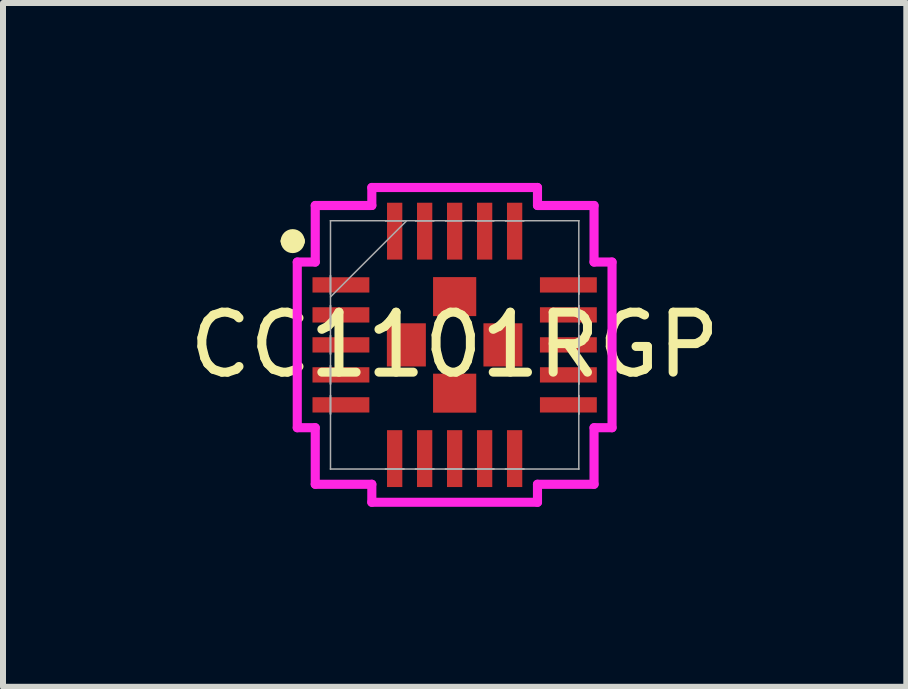
<source format=kicad_pcb>
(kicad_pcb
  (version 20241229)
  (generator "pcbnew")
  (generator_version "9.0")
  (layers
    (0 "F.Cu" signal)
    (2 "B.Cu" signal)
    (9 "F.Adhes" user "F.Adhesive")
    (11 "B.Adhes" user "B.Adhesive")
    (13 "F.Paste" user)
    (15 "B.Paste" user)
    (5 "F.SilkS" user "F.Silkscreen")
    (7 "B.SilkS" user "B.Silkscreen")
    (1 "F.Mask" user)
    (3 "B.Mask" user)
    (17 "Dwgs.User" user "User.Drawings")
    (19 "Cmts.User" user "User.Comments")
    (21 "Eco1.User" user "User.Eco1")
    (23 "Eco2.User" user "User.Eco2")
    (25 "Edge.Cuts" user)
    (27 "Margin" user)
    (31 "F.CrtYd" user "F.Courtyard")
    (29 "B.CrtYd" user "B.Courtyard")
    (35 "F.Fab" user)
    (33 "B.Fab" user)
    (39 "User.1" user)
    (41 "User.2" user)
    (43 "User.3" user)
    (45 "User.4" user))
  (footprint "CC1101RGP"
    (layer "F.Cu")
    (at 4.53 2.7)
    (property "Reference" "CC1101RGP" (at 0 0 0) (unlocked yes) (layer "F.SilkS") (effects (font (size 1 1) (thickness 0.15))))
    (attr smd)
    (fp_line (start -2.8 -1.73) (end -2.8 -1.73) (stroke (width 0.2) (type solid)) (layer "F.SilkS"))
    (fp_line (start -2.6 -1.73) (end -2.6 -1.73) (stroke (width 0.2) (type solid)) (layer "F.SilkS"))
    (fp_arc (start -2.8 -1.73) (mid -2.7 -1.83) (end -2.6 -1.73) (stroke (width 0.2) (type solid)) (layer "F.SilkS"))
    (fp_arc (start -2.6 -1.73) (mid -2.7 -1.63) (end -2.8 -1.73) (stroke (width 0.2) (type solid)) (layer "F.SilkS"))
    (fp_line (start -2.624 -1.381) (end -2.324 -1.381) (stroke (width 0.152) (type solid)) (layer "F.CrtYd"))
    (fp_line (start -2.624 1.381) (end -2.624 -1.381) (stroke (width 0.152) (type solid)) (layer "F.CrtYd"))
    (fp_line (start -2.324 -2.324) (end -1.381 -2.324) (stroke (width 0.152) (type solid)) (layer "F.CrtYd"))
    (fp_line (start -2.324 -1.381) (end -2.324 -2.324) (stroke (width 0.152) (type solid)) (layer "F.CrtYd"))
    (fp_line (start -2.324 1.381) (end -2.624 1.381) (stroke (width 0.152) (type solid)) (layer "F.CrtYd"))
    (fp_line (start -2.324 2.324) (end -2.324 1.381) (stroke (width 0.152) (type solid)) (layer "F.CrtYd"))
    (fp_line (start -1.381 -2.624) (end 1.381 -2.624) (stroke (width 0.152) (type solid)) (layer "F.CrtYd"))
    (fp_line (start -1.381 -2.324) (end -1.381 -2.624) (stroke (width 0.152) (type solid)) (layer "F.CrtYd"))
    (fp_line (start -1.381 2.324) (end -2.324 2.324) (stroke (width 0.152) (type solid)) (layer "F.CrtYd"))
    (fp_line (start -1.381 2.624) (end -1.381 2.324) (stroke (width 0.152) (type solid)) (layer "F.CrtYd"))
    (fp_line (start 1.381 -2.624) (end 1.381 -2.324) (stroke (width 0.152) (type solid)) (layer "F.CrtYd"))
    (fp_line (start 1.381 -2.324) (end 2.324 -2.324) (stroke (width 0.152) (type solid)) (layer "F.CrtYd"))
    (fp_line (start 1.381 2.324) (end 1.381 2.624) (stroke (width 0.152) (type solid)) (layer "F.CrtYd"))
    (fp_line (start 1.381 2.624) (end -1.381 2.624) (stroke (width 0.152) (type solid)) (layer "F.CrtYd"))
    (fp_line (start 2.324 -2.324) (end 2.324 -1.381) (stroke (width 0.152) (type solid)) (layer "F.CrtYd"))
    (fp_line (start 2.324 -1.381) (end 2.624 -1.381) (stroke (width 0.152) (type solid)) (layer "F.CrtYd"))
    (fp_line (start 2.324 1.381) (end 2.324 2.324) (stroke (width 0.152) (type solid)) (layer "F.CrtYd"))
    (fp_line (start 2.324 2.324) (end 1.381 2.324) (stroke (width 0.152) (type solid)) (layer "F.CrtYd"))
    (fp_line (start 2.624 -1.381) (end 2.624 1.381) (stroke (width 0.152) (type solid)) (layer "F.CrtYd"))
    (fp_line (start 2.624 1.381) (end 2.324 1.381) (stroke (width 0.152) (type solid)) (layer "F.CrtYd"))
    (fp_line (start -2.07 -2.07) (end -2.07 -2.07) (stroke (width 0.025) (type solid)) (layer "F.Fab"))
    (fp_line (start -2.07 -2.07) (end -2.07 2.07) (stroke (width 0.025) (type solid)) (layer "F.Fab"))
    (fp_line (start -2.07 -1.152) (end -2.07 -1.152) (stroke (width 0.025) (type solid)) (layer "F.Fab"))
    (fp_line (start -2.07 -1.152) (end -2.07 -0.848) (stroke (width 0.025) (type solid)) (layer "F.Fab"))
    (fp_line (start -2.07 -0.848) (end -2.07 -1.152) (stroke (width 0.025) (type solid)) (layer "F.Fab"))
    (fp_line (start -2.07 -0.848) (end -2.07 -0.848) (stroke (width 0.025) (type solid)) (layer "F.Fab"))
    (fp_line (start -2.07 -0.8) (end -0.8 -2.07) (stroke (width 0.025) (type solid)) (layer "F.Fab"))
    (fp_line (start -2.07 -0.652) (end -2.07 -0.652) (stroke (width 0.025) (type solid)) (layer "F.Fab"))
    (fp_line (start -2.07 -0.652) (end -2.07 -0.348) (stroke (width 0.025) (type solid)) (layer "F.Fab"))
    (fp_line (start -2.07 -0.348) (end -2.07 -0.652) (stroke (width 0.025) (type solid)) (layer "F.Fab"))
    (fp_line (start -2.07 -0.348) (end -2.07 -0.348) (stroke (width 0.025) (type solid)) (layer "F.Fab"))
    (fp_line (start -2.07 -0.152) (end -2.07 -0.152) (stroke (width 0.025) (type solid)) (layer "F.Fab"))
    (fp_line (start -2.07 -0.152) (end -2.07 0.152) (stroke (width 0.025) (type solid)) (layer "F.Fab"))
    (fp_line (start -2.07 0.152) (end -2.07 -0.152) (stroke (width 0.025) (type solid)) (layer "F.Fab"))
    (fp_line (start -2.07 0.152) (end -2.07 0.152) (stroke (width 0.025) (type solid)) (layer "F.Fab"))
    (fp_line (start -2.07 0.348) (end -2.07 0.348) (stroke (width 0.025) (type solid)) (layer "F.Fab"))
    (fp_line (start -2.07 0.348) (end -2.07 0.652) (stroke (width 0.025) (type solid)) (layer "F.Fab"))
    (fp_line (start -2.07 0.652) (end -2.07 0.348) (stroke (width 0.025) (type solid)) (layer "F.Fab"))
    (fp_line (start -2.07 0.652) (end -2.07 0.652) (stroke (width 0.025) (type solid)) (layer "F.Fab"))
    (fp_line (start -2.07 0.848) (end -2.07 0.848) (stroke (width 0.025) (type solid)) (layer "F.Fab"))
    (fp_line (start -2.07 0.848) (end -2.07 1.152) (stroke (width 0.025) (type solid)) (layer "F.Fab"))
    (fp_line (start -2.07 1.152) (end -2.07 0.848) (stroke (width 0.025) (type solid)) (layer "F.Fab"))
    (fp_line (start -2.07 1.152) (end -2.07 1.152) (stroke (width 0.025) (type solid)) (layer "F.Fab"))
    (fp_line (start -2.07 2.07) (end -2.07 2.07) (stroke (width 0.025) (type solid)) (layer "F.Fab"))
    (fp_line (start -2.07 2.07) (end 2.07 2.07) (stroke (width 0.025) (type solid)) (layer "F.Fab"))
    (fp_line (start -1.152 -2.07) (end -1.152 -2.07) (stroke (width 0.025) (type solid)) (layer "F.Fab"))
    (fp_line (start -1.152 -2.07) (end -0.848 -2.07) (stroke (width 0.025) (type solid)) (layer "F.Fab"))
    (fp_line (start -1.152 2.07) (end -1.152 2.07) (stroke (width 0.025) (type solid)) (layer "F.Fab"))
    (fp_line (start -1.152 2.07) (end -0.848 2.07) (stroke (width 0.025) (type solid)) (layer "F.Fab"))
    (fp_line (start -0.848 -2.07) (end -1.152 -2.07) (stroke (width 0.025) (type solid)) (layer "F.Fab"))
    (fp_line (start -0.848 -2.07) (end -0.848 -2.07) (stroke (width 0.025) (type solid)) (layer "F.Fab"))
    (fp_line (start -0.848 2.07) (end -1.152 2.07) (stroke (width 0.025) (type solid)) (layer "F.Fab"))
    (fp_line (start -0.848 2.07) (end -0.848 2.07) (stroke (width 0.025) (type solid)) (layer "F.Fab"))
    (fp_line (start -0.652 -2.07) (end -0.652 -2.07) (stroke (width 0.025) (type solid)) (layer "F.Fab"))
    (fp_line (start -0.652 -2.07) (end -0.348 -2.07) (stroke (width 0.025) (type solid)) (layer "F.Fab"))
    (fp_line (start -0.652 2.07) (end -0.652 2.07) (stroke (width 0.025) (type solid)) (layer "F.Fab"))
    (fp_line (start -0.652 2.07) (end -0.348 2.07) (stroke (width 0.025) (type solid)) (layer "F.Fab"))
    (fp_line (start -0.348 -2.07) (end -0.652 -2.07) (stroke (width 0.025) (type solid)) (layer "F.Fab"))
    (fp_line (start -0.348 -2.07) (end -0.348 -2.07) (stroke (width 0.025) (type solid)) (layer "F.Fab"))
    (fp_line (start -0.348 2.07) (end -0.652 2.07) (stroke (width 0.025) (type solid)) (layer "F.Fab"))
    (fp_line (start -0.348 2.07) (end -0.348 2.07) (stroke (width 0.025) (type solid)) (layer "F.Fab"))
    (fp_line (start -0.152 -2.07) (end -0.152 -2.07) (stroke (width 0.025) (type solid)) (layer "F.Fab"))
    (fp_line (start -0.152 -2.07) (end 0.152 -2.07) (stroke (width 0.025) (type solid)) (layer "F.Fab"))
    (fp_line (start -0.152 2.07) (end -0.152 2.07) (stroke (width 0.025) (type solid)) (layer "F.Fab"))
    (fp_line (start -0.152 2.07) (end 0.152 2.07) (stroke (width 0.025) (type solid)) (layer "F.Fab"))
    (fp_line (start 0.152 -2.07) (end -0.152 -2.07) (stroke (width 0.025) (type solid)) (layer "F.Fab"))
    (fp_line (start 0.152 -2.07) (end 0.152 -2.07) (stroke (width 0.025) (type solid)) (layer "F.Fab"))
    (fp_line (start 0.152 2.07) (end -0.152 2.07) (stroke (width 0.025) (type solid)) (layer "F.Fab"))
    (fp_line (start 0.152 2.07) (end 0.152 2.07) (stroke (width 0.025) (type solid)) (layer "F.Fab"))
    (fp_line (start 0.348 -2.07) (end 0.348 -2.07) (stroke (width 0.025) (type solid)) (layer "F.Fab"))
    (fp_line (start 0.348 -2.07) (end 0.652 -2.07) (stroke (width 0.025) (type solid)) (layer "F.Fab"))
    (fp_line (start 0.348 2.07) (end 0.348 2.07) (stroke (width 0.025) (type solid)) (layer "F.Fab"))
    (fp_line (start 0.348 2.07) (end 0.652 2.07) (stroke (width 0.025) (type solid)) (layer "F.Fab"))
    (fp_line (start 0.652 -2.07) (end 0.348 -2.07) (stroke (width 0.025) (type solid)) (layer "F.Fab"))
    (fp_line (start 0.652 -2.07) (end 0.652 -2.07) (stroke (width 0.025) (type solid)) (layer "F.Fab"))
    (fp_line (start 0.652 2.07) (end 0.348 2.07) (stroke (width 0.025) (type solid)) (layer "F.Fab"))
    (fp_line (start 0.652 2.07) (end 0.652 2.07) (stroke (width 0.025) (type solid)) (layer "F.Fab"))
    (fp_line (start 0.848 -2.07) (end 0.848 -2.07) (stroke (width 0.025) (type solid)) (layer "F.Fab"))
    (fp_line (start 0.848 -2.07) (end 1.152 -2.07) (stroke (width 0.025) (type solid)) (layer "F.Fab"))
    (fp_line (start 0.848 2.07) (end 0.848 2.07) (stroke (width 0.025) (type solid)) (layer "F.Fab"))
    (fp_line (start 0.848 2.07) (end 1.152 2.07) (stroke (width 0.025) (type solid)) (layer "F.Fab"))
    (fp_line (start 1.152 -2.07) (end 0.848 -2.07) (stroke (width 0.025) (type solid)) (layer "F.Fab"))
    (fp_line (start 1.152 -2.07) (end 1.152 -2.07) (stroke (width 0.025) (type solid)) (layer "F.Fab"))
    (fp_line (start 1.152 2.07) (end 0.848 2.07) (stroke (width 0.025) (type solid)) (layer "F.Fab"))
    (fp_line (start 1.152 2.07) (end 1.152 2.07) (stroke (width 0.025) (type solid)) (layer "F.Fab"))
    (fp_line (start 2.07 -2.07) (end -2.07 -2.07) (stroke (width 0.025) (type solid)) (layer "F.Fab"))
    (fp_line (start 2.07 -2.07) (end 2.07 -2.07) (stroke (width 0.025) (type solid)) (layer "F.Fab"))
    (fp_line (start 2.07 -1.152) (end 2.07 -1.152) (stroke (width 0.025) (type solid)) (layer "F.Fab"))
    (fp_line (start 2.07 -1.152) (end 2.07 -0.848) (stroke (width 0.025) (type solid)) (layer "F.Fab"))
    (fp_line (start 2.07 -0.848) (end 2.07 -1.152) (stroke (width 0.025) (type solid)) (layer "F.Fab"))
    (fp_line (start 2.07 -0.848) (end 2.07 -0.848) (stroke (width 0.025) (type solid)) (layer "F.Fab"))
    (fp_line (start 2.07 -0.652) (end 2.07 -0.652) (stroke (width 0.025) (type solid)) (layer "F.Fab"))
    (fp_line (start 2.07 -0.652) (end 2.07 -0.348) (stroke (width 0.025) (type solid)) (layer "F.Fab"))
    (fp_line (start 2.07 -0.348) (end 2.07 -0.652) (stroke (width 0.025) (type solid)) (layer "F.Fab"))
    (fp_line (start 2.07 -0.348) (end 2.07 -0.348) (stroke (width 0.025) (type solid)) (layer "F.Fab"))
    (fp_line (start 2.07 -0.152) (end 2.07 -0.152) (stroke (width 0.025) (type solid)) (layer "F.Fab"))
    (fp_line (start 2.07 -0.152) (end 2.07 0.152) (stroke (width 0.025) (type solid)) (layer "F.Fab"))
    (fp_line (start 2.07 0.152) (end 2.07 -0.152) (stroke (width 0.025) (type solid)) (layer "F.Fab"))
    (fp_line (start 2.07 0.152) (end 2.07 0.152) (stroke (width 0.025) (type solid)) (layer "F.Fab"))
    (fp_line (start 2.07 0.348) (end 2.07 0.348) (stroke (width 0.025) (type solid)) (layer "F.Fab"))
    (fp_line (start 2.07 0.348) (end 2.07 0.652) (stroke (width 0.025) (type solid)) (layer "F.Fab"))
    (fp_line (start 2.07 0.652) (end 2.07 0.348) (stroke (width 0.025) (type solid)) (layer "F.Fab"))
    (fp_line (start 2.07 0.652) (end 2.07 0.652) (stroke (width 0.025) (type solid)) (layer "F.Fab"))
    (fp_line (start 2.07 0.848) (end 2.07 0.848) (stroke (width 0.025) (type solid)) (layer "F.Fab"))
    (fp_line (start 2.07 0.848) (end 2.07 1.152) (stroke (width 0.025) (type solid)) (layer "F.Fab"))
    (fp_line (start 2.07 1.152) (end 2.07 0.848) (stroke (width 0.025) (type solid)) (layer "F.Fab"))
    (fp_line (start 2.07 1.152) (end 2.07 1.152) (stroke (width 0.025) (type solid)) (layer "F.Fab"))
    (fp_line (start 2.07 2.07) (end 2.07 -2.07) (stroke (width 0.025) (type solid)) (layer "F.Fab"))
    (fp_line (start 2.07 2.07) (end 2.07 2.07) (stroke (width 0.025) (type solid)) (layer "F.Fab"))
    (pad "1" smd rect (at -1.896 -1 90) (size 0.255 0.948) (layers "F.Cu" "F.Mask" "F.Paste"))
    (pad "2" smd rect (at -1.896 -0.5 90) (size 0.255 0.948) (layers "F.Cu" "F.Mask" "F.Paste"))
    (pad "3" smd rect (at -1.896 0 90) (size 0.255 0.948) (layers "F.Cu" "F.Mask" "F.Paste"))
    (pad "4" smd rect (at -1.896 0.5 90) (size 0.255 0.948) (layers "F.Cu" "F.Mask" "F.Paste"))
    (pad "5" smd rect (at -1.896 1 90) (size 0.255 0.948) (layers "F.Cu" "F.Mask" "F.Paste"))
    (pad "6" smd rect (at -1 1.896) (size 0.255 0.948) (layers "F.Cu" "F.Mask" "F.Paste"))
    (pad "7" smd rect (at -0.5 1.896) (size 0.255 0.948) (layers "F.Cu" "F.Mask" "F.Paste"))
    (pad "8" smd rect (at 0 1.896) (size 0.255 0.948) (layers "F.Cu" "F.Mask" "F.Paste"))
    (pad "9" smd rect (at 0.5 1.896) (size 0.255 0.948) (layers "F.Cu" "F.Mask" "F.Paste"))
    (pad "10" smd rect (at 1 1.896) (size 0.255 0.948) (layers "F.Cu" "F.Mask" "F.Paste"))
    (pad "11" smd rect (at 1.896 1 90) (size 0.255 0.948) (layers "F.Cu" "F.Mask" "F.Paste"))
    (pad "12" smd rect (at 1.896 0.5 90) (size 0.255 0.948) (layers "F.Cu" "F.Mask" "F.Paste"))
    (pad "13" smd rect (at 1.896 0 90) (size 0.255 0.948) (layers "F.Cu" "F.Mask" "F.Paste"))
    (pad "14" smd rect (at 1.896 -0.5 90) (size 0.255 0.948) (layers "F.Cu" "F.Mask" "F.Paste"))
    (pad "15" smd rect (at 1.896 -1 90) (size 0.255 0.948) (layers "F.Cu" "F.Mask" "F.Paste"))
    (pad "16" smd rect (at 1 -1.896) (size 0.255 0.948) (layers "F.Cu" "F.Mask" "F.Paste"))
    (pad "17" smd rect (at 0.5 -1.896) (size 0.255 0.948) (layers "F.Cu" "F.Mask" "F.Paste"))
    (pad "18" smd rect (at 0 -1.896) (size 0.255 0.948) (layers "F.Cu" "F.Mask" "F.Paste"))
    (pad "19" smd rect (at -0.5 -1.896) (size 0.255 0.948) (layers "F.Cu" "F.Mask" "F.Paste"))
    (pad "20" smd rect (at -1 -1.896) (size 0.255 0.948) (layers "F.Cu" "F.Mask" "F.Paste"))
    (pad "21" smd rect (at -0.805 0) (size 0.65 0.72) (layers "F.Cu" "F.Mask" "F.Paste"))
    (pad "21" smd rect (at 0 -0.805 90) (size 0.65 0.72) (layers "F.Cu" "F.Mask" "F.Paste"))
    (pad "21" smd rect (at 0 0.805 90) (size 0.65 0.72) (layers "F.Cu" "F.Mask" "F.Paste"))
    (pad "21" smd rect (at 0.805 0) (size 0.65 0.72) (layers "F.Cu" "F.Mask" "F.Paste")))
  (gr_rect
    (start -3 -3)
    (end 12.06 8.401)
    (stroke (width 0.1) (type default))
    (fill no)
    (layer "Edge.Cuts")))
</source>
